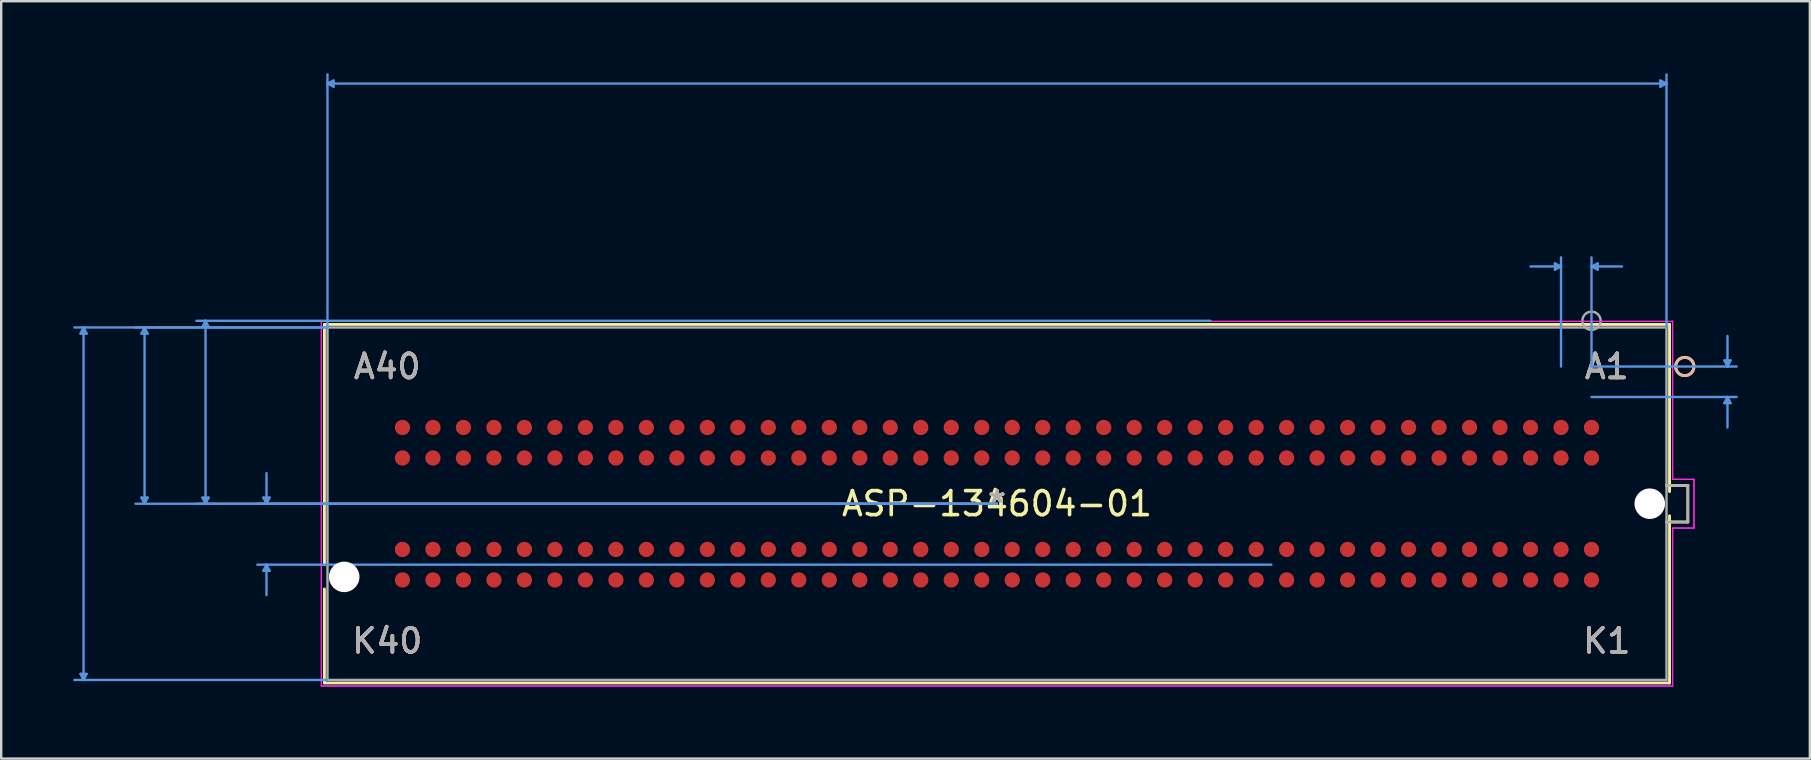
<source format=kicad_pcb>
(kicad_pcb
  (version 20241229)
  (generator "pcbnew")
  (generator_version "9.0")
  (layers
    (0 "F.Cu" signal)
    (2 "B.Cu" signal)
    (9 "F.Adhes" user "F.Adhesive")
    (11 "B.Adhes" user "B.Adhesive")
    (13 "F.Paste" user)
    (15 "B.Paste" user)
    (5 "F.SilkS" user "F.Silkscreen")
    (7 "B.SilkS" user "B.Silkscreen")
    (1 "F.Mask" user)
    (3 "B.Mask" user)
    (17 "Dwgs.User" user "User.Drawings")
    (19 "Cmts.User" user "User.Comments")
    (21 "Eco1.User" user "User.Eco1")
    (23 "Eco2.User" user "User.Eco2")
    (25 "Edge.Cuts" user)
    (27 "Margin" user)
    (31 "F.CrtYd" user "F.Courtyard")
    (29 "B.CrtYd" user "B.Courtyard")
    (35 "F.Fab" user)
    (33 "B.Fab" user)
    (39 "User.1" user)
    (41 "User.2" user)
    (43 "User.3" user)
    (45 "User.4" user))
  (footprint "ASP-134604-01"
    (layer "F.Cu")
    (at 38.48 17.932)
    (property "Reference" "ASP-134604-01" (at 0 0 0) (layer "F.SilkS") (effects (font (size 1 1) (thickness 0.15))))
    (attr through_hole)
    (fp_line (start -28.016 -7.468) (end -28.016 2.543) (stroke (width 0.12) (type solid)) (layer "F.SilkS"))
    (fp_line (start -28.016 3.553) (end -28.016 7.468) (stroke (width 0.12) (type solid)) (layer "F.SilkS"))
    (fp_line (start -28.016 7.468) (end 28.016 7.468) (stroke (width 0.12) (type solid)) (layer "F.SilkS"))
    (fp_line (start 27.889 0.762) (end 28.778 0.762) (stroke (width 0.12) (type solid)) (layer "F.SilkS"))
    (fp_line (start 28.016 -7.468) (end -28.016 -7.468) (stroke (width 0.12) (type solid)) (layer "F.SilkS"))
    (fp_line (start 28.016 -0.505) (end 28.016 -7.468) (stroke (width 0.12) (type solid)) (layer "F.SilkS"))
    (fp_line (start 28.016 7.468) (end 28.016 0.505) (stroke (width 0.12) (type solid)) (layer "F.SilkS"))
    (fp_line (start 28.778 -0.762) (end 27.889 -0.762) (stroke (width 0.12) (type solid)) (layer "F.SilkS"))
    (fp_line (start 28.778 0.762) (end 28.778 -0.762) (stroke (width 0.12) (type solid)) (layer "F.SilkS"))
    (fp_circle (center 28.651 -5.715) (end 29.032 -5.715) (stroke (width 0.12) (type solid)) (fill no) (layer "F.SilkS"))
    (fp_circle (center 28.651 -5.715) (end 29.032 -5.715) (stroke (width 0.12) (type solid)) (fill no) (layer "B.SilkS"))
    (fp_line (start -38.176 -7.087) (end -37.922 -7.087) (stroke (width 0.1) (type solid)) (layer "Cmts.User"))
    (fp_line (start -38.176 7.087) (end -37.922 7.087) (stroke (width 0.1) (type solid)) (layer "Cmts.User"))
    (fp_line (start -38.049 -7.341) (end -38.176 -7.087) (stroke (width 0.1) (type solid)) (layer "Cmts.User"))
    (fp_line (start -38.049 -7.341) (end -38.049 7.341) (stroke (width 0.1) (type solid)) (layer "Cmts.User"))
    (fp_line (start -38.049 -7.341) (end -37.922 -7.087) (stroke (width 0.1) (type solid)) (layer "Cmts.User"))
    (fp_line (start -38.049 7.341) (end -38.176 7.087) (stroke (width 0.1) (type solid)) (layer "Cmts.User"))
    (fp_line (start -38.049 7.341) (end -37.922 7.087) (stroke (width 0.1) (type solid)) (layer "Cmts.User"))
    (fp_line (start -35.636 -7.087) (end -35.382 -7.087) (stroke (width 0.1) (type solid)) (layer "Cmts.User"))
    (fp_line (start -35.636 -0.254) (end -35.382 -0.254) (stroke (width 0.1) (type solid)) (layer "Cmts.User"))
    (fp_line (start -35.509 -7.341) (end -35.636 -7.087) (stroke (width 0.1) (type solid)) (layer "Cmts.User"))
    (fp_line (start -35.509 -7.341) (end -35.509 0) (stroke (width 0.1) (type solid)) (layer "Cmts.User"))
    (fp_line (start -35.509 -7.341) (end -35.382 -7.087) (stroke (width 0.1) (type solid)) (layer "Cmts.User"))
    (fp_line (start -35.509 0) (end -35.636 -0.254) (stroke (width 0.1) (type solid)) (layer "Cmts.User"))
    (fp_line (start -35.509 0) (end -35.382 -0.254) (stroke (width 0.1) (type solid)) (layer "Cmts.User"))
    (fp_line (start -33.096 -7.366) (end -32.842 -7.366) (stroke (width 0.1) (type solid)) (layer "Cmts.User"))
    (fp_line (start -33.096 -0.254) (end -32.842 -0.254) (stroke (width 0.1) (type solid)) (layer "Cmts.User"))
    (fp_line (start -32.969 -7.62) (end -33.096 -7.366) (stroke (width 0.1) (type solid)) (layer "Cmts.User"))
    (fp_line (start -32.969 -7.62) (end -32.969 0) (stroke (width 0.1) (type solid)) (layer "Cmts.User"))
    (fp_line (start -32.969 -7.62) (end -32.842 -7.366) (stroke (width 0.1) (type solid)) (layer "Cmts.User"))
    (fp_line (start -32.969 0) (end -33.096 -0.254) (stroke (width 0.1) (type solid)) (layer "Cmts.User"))
    (fp_line (start -32.969 0) (end -32.842 -0.254) (stroke (width 0.1) (type solid)) (layer "Cmts.User"))
    (fp_line (start -30.556 -0.254) (end -30.302 -0.254) (stroke (width 0.1) (type solid)) (layer "Cmts.User"))
    (fp_line (start -30.556 2.794) (end -30.302 2.794) (stroke (width 0.1) (type solid)) (layer "Cmts.User"))
    (fp_line (start -30.429 0) (end -30.556 -0.254) (stroke (width 0.1) (type solid)) (layer "Cmts.User"))
    (fp_line (start -30.429 0) (end -30.429 -1.27) (stroke (width 0.1) (type solid)) (layer "Cmts.User"))
    (fp_line (start -30.429 0) (end -30.302 -0.254) (stroke (width 0.1) (type solid)) (layer "Cmts.User"))
    (fp_line (start -30.429 2.54) (end -30.556 2.794) (stroke (width 0.1) (type solid)) (layer "Cmts.User"))
    (fp_line (start -30.429 2.54) (end -30.429 3.81) (stroke (width 0.1) (type solid)) (layer "Cmts.User"))
    (fp_line (start -30.429 2.54) (end -30.302 2.794) (stroke (width 0.1) (type solid)) (layer "Cmts.User"))
    (fp_line (start -27.889 -17.501) (end -27.635 -17.628) (stroke (width 0.1) (type solid)) (layer "Cmts.User"))
    (fp_line (start -27.889 -17.501) (end -27.635 -17.374) (stroke (width 0.1) (type solid)) (layer "Cmts.User"))
    (fp_line (start -27.889 -17.501) (end 27.889 -17.501) (stroke (width 0.1) (type solid)) (layer "Cmts.User"))
    (fp_line (start -27.889 -7.341) (end -38.43 -7.341) (stroke (width 0.1) (type solid)) (layer "Cmts.User"))
    (fp_line (start -27.889 -7.341) (end -35.89 -7.341) (stroke (width 0.1) (type solid)) (layer "Cmts.User"))
    (fp_line (start -27.889 -7.341) (end -27.889 -17.882) (stroke (width 0.1) (type solid)) (layer "Cmts.User"))
    (fp_line (start -27.889 7.341) (end -38.43 7.341) (stroke (width 0.1) (type solid)) (layer "Cmts.User"))
    (fp_line (start -27.635 -17.628) (end -27.635 -17.374) (stroke (width 0.1) (type solid)) (layer "Cmts.User"))
    (fp_line (start 0 0) (end -35.89 0) (stroke (width 0.1) (type solid)) (layer "Cmts.User"))
    (fp_line (start 0 0) (end -33.35 0) (stroke (width 0.1) (type solid)) (layer "Cmts.User"))
    (fp_line (start 0 0) (end -30.81 0) (stroke (width 0.1) (type solid)) (layer "Cmts.User"))
    (fp_line (start 8.89 -7.62) (end -33.35 -7.62) (stroke (width 0.1) (type solid)) (layer "Cmts.User"))
    (fp_line (start 11.43 2.54) (end -30.81 2.54) (stroke (width 0.1) (type solid)) (layer "Cmts.User"))
    (fp_line (start 23.241 -10.008) (end 23.241 -9.754) (stroke (width 0.1) (type solid)) (layer "Cmts.User"))
    (fp_line (start 23.495 -9.881) (end 22.225 -9.881) (stroke (width 0.1) (type solid)) (layer "Cmts.User"))
    (fp_line (start 23.495 -9.881) (end 23.241 -10.008) (stroke (width 0.1) (type solid)) (layer "Cmts.User"))
    (fp_line (start 23.495 -9.881) (end 23.241 -9.754) (stroke (width 0.1) (type solid)) (layer "Cmts.User"))
    (fp_line (start 23.495 -5.715) (end 23.495 -10.262) (stroke (width 0.1) (type solid)) (layer "Cmts.User"))
    (fp_line (start 24.765 -9.881) (end 25.019 -10.008) (stroke (width 0.1) (type solid)) (layer "Cmts.User"))
    (fp_line (start 24.765 -9.881) (end 25.019 -9.754) (stroke (width 0.1) (type solid)) (layer "Cmts.User"))
    (fp_line (start 24.765 -9.881) (end 26.035 -9.881) (stroke (width 0.1) (type solid)) (layer "Cmts.User"))
    (fp_line (start 24.765 -5.715) (end 24.765 -10.262) (stroke (width 0.1) (type solid)) (layer "Cmts.User"))
    (fp_line (start 24.765 -5.715) (end 30.81 -5.715) (stroke (width 0.1) (type solid)) (layer "Cmts.User"))
    (fp_line (start 24.765 -4.445) (end 30.81 -4.445) (stroke (width 0.1) (type solid)) (layer "Cmts.User"))
    (fp_line (start 25.019 -10.008) (end 25.019 -9.754) (stroke (width 0.1) (type solid)) (layer "Cmts.User"))
    (fp_line (start 27.635 -17.628) (end 27.635 -17.374) (stroke (width 0.1) (type solid)) (layer "Cmts.User"))
    (fp_line (start 27.889 -17.501) (end 27.635 -17.628) (stroke (width 0.1) (type solid)) (layer "Cmts.User"))
    (fp_line (start 27.889 -17.501) (end 27.635 -17.374) (stroke (width 0.1) (type solid)) (layer "Cmts.User"))
    (fp_line (start 27.889 -7.341) (end 27.889 -17.882) (stroke (width 0.1) (type solid)) (layer "Cmts.User"))
    (fp_line (start 30.302 -5.969) (end 30.556 -5.969) (stroke (width 0.1) (type solid)) (layer "Cmts.User"))
    (fp_line (start 30.302 -4.191) (end 30.556 -4.191) (stroke (width 0.1) (type solid)) (layer "Cmts.User"))
    (fp_line (start 30.429 -5.715) (end 30.302 -5.969) (stroke (width 0.1) (type solid)) (layer "Cmts.User"))
    (fp_line (start 30.429 -5.715) (end 30.429 -6.985) (stroke (width 0.1) (type solid)) (layer "Cmts.User"))
    (fp_line (start 30.429 -5.715) (end 30.556 -5.969) (stroke (width 0.1) (type solid)) (layer "Cmts.User"))
    (fp_line (start 30.429 -4.445) (end 30.302 -4.191) (stroke (width 0.1) (type solid)) (layer "Cmts.User"))
    (fp_line (start 30.429 -4.445) (end 30.429 -3.175) (stroke (width 0.1) (type solid)) (layer "Cmts.User"))
    (fp_line (start 30.429 -4.445) (end 30.556 -4.191) (stroke (width 0.1) (type solid)) (layer "Cmts.User"))
    (fp_line (start -28.143 -7.595) (end -28.143 7.595) (stroke (width 0.05) (type solid)) (layer "F.CrtYd"))
    (fp_line (start -28.143 -7.595) (end -28.143 7.595) (stroke (width 0.05) (type solid)) (layer "F.CrtYd"))
    (fp_line (start -28.143 7.595) (end 28.143 7.595) (stroke (width 0.05) (type solid)) (layer "F.CrtYd"))
    (fp_line (start -28.143 7.595) (end 28.143 7.595) (stroke (width 0.05) (type solid)) (layer "F.CrtYd"))
    (fp_line (start 28.143 -7.595) (end -28.143 -7.595) (stroke (width 0.05) (type solid)) (layer "F.CrtYd"))
    (fp_line (start 28.143 -7.595) (end -28.143 -7.595) (stroke (width 0.05) (type solid)) (layer "F.CrtYd"))
    (fp_line (start 28.143 -1.016) (end 28.143 -7.595) (stroke (width 0.05) (type solid)) (layer "F.CrtYd"))
    (fp_line (start 28.143 -1.016) (end 28.143 -7.595) (stroke (width 0.05) (type solid)) (layer "F.CrtYd"))
    (fp_line (start 28.143 1.016) (end 29.032 1.016) (stroke (width 0.05) (type solid)) (layer "F.CrtYd"))
    (fp_line (start 28.143 1.016) (end 29.032 1.016) (stroke (width 0.05) (type solid)) (layer "F.CrtYd"))
    (fp_line (start 28.143 7.595) (end 28.143 1.016) (stroke (width 0.05) (type solid)) (layer "F.CrtYd"))
    (fp_line (start 28.143 7.595) (end 28.143 1.016) (stroke (width 0.05) (type solid)) (layer "F.CrtYd"))
    (fp_line (start 29.032 -1.016) (end 28.143 -1.016) (stroke (width 0.05) (type solid)) (layer "F.CrtYd"))
    (fp_line (start 29.032 -1.016) (end 28.143 -1.016) (stroke (width 0.05) (type solid)) (layer "F.CrtYd"))
    (fp_line (start 29.032 1.016) (end 29.032 -1.016) (stroke (width 0.05) (type solid)) (layer "F.CrtYd"))
    (fp_line (start 29.032 1.016) (end 29.032 -1.016) (stroke (width 0.05) (type solid)) (layer "F.CrtYd"))
    (fp_line (start -27.889 -7.341) (end -27.889 7.341) (stroke (width 0.1) (type solid)) (layer "F.Fab"))
    (fp_line (start -27.889 7.341) (end 27.889 7.341) (stroke (width 0.1) (type solid)) (layer "F.Fab"))
    (fp_line (start 27.889 -7.341) (end -27.889 -7.341) (stroke (width 0.1) (type solid)) (layer "F.Fab"))
    (fp_line (start 27.889 0.762) (end 28.778 0.762) (stroke (width 0.1) (type solid)) (layer "F.Fab"))
    (fp_line (start 27.889 7.341) (end 27.889 -7.341) (stroke (width 0.1) (type solid)) (layer "F.Fab"))
    (fp_line (start 28.778 -0.762) (end 27.889 -0.762) (stroke (width 0.1) (type solid)) (layer "F.Fab"))
    (fp_line (start 28.778 0.762) (end 28.778 -0.762) (stroke (width 0.1) (type solid)) (layer "F.Fab"))
    (fp_circle (center 24.765 -7.62) (end 25.146 -7.62) (stroke (width 0.1) (type solid)) (fill no) (layer "F.Fab"))
    (fp_text user "A1" (at 25.4 -5.715 0) (layer "F.SilkS") (effects (font (size 1 1) (thickness 0.15))))
    (fp_text user "*" (at 0 0 0) (layer "F.SilkS") (effects (font (size 1 1) (thickness 0.15))))
    (fp_text user "K40" (at -25.4 5.715 0) (layer "F.SilkS") (effects (font (size 1 1) (thickness 0.15))))
    (fp_text user "A40" (at -25.4 -5.715 0) (layer "F.SilkS") (effects (font (size 1 1) (thickness 0.15))))
    (fp_text user "K1" (at 25.4 5.715 0) (layer "F.SilkS") (effects (font (size 1 1) (thickness 0.15))))
    (fp_text user "A1" (at 25.4 -5.715 0) (layer "B.SilkS") (effects (font (size 1 1) (thickness 0.15))))
    (fp_text user "A40" (at -25.4 -5.715 0) (layer "B.SilkS") (effects (font (size 1 1) (thickness 0.15))))
    (fp_text user "K40" (at -25.4 5.715 0) (layer "B.SilkS") (effects (font (size 1 1) (thickness 0.15))))
    (fp_text user "K1" (at 25.4 5.715 0) (layer "B.SilkS") (effects (font (size 1 1) (thickness 0.15))))
    (fp_text user "Copyright 2021 Accelerated Designs. All rights reserved." (at 0 0 0) (layer "Cmts.User") (effects (font (size 0.127 0.127) (thickness 0.002))))
    (fp_text user "A1" (at 25.4 -5.715 0) (layer "F.Fab") (effects (font (size 1 1) (thickness 0.15))))
    (fp_text user "A40" (at -25.4 -5.715 0) (layer "F.Fab") (effects (font (size 1 1) (thickness 0.15))))
    (fp_text user "K40" (at -25.4 5.715 0) (layer "F.Fab") (effects (font (size 1 1) (thickness 0.15))))
    (fp_text user "*" (at 0 0 0) (layer "F.Fab") (effects (font (size 1 1) (thickness 0.15))))
    (fp_text user "K1" (at 25.4 5.715 0) (layer "F.Fab") (effects (font (size 1 1) (thickness 0.15))))
    (pad "" np_thru_hole circle (at -27.191 3.048) (size 1.27 1.27) (drill 1.27) (layers "*.Cu" "*.Mask"))
    (pad "" np_thru_hole circle (at 27.191 0) (size 1.27 1.27) (drill 1.27) (layers "*.Cu" "*.Mask"))
    (pad "C1" smd circle (at 24.765 -3.175) (size 0.635 0.635) (layers "F.Cu" "F.Mask" "F.Paste"))
    (pad "C2" smd circle (at 23.495 -3.175) (size 0.635 0.635) (layers "F.Cu" "F.Mask" "F.Paste"))
    (pad "C3" smd circle (at 22.225 -3.175) (size 0.635 0.635) (layers "F.Cu" "F.Mask" "F.Paste"))
    (pad "C4" smd circle (at 20.955 -3.175) (size 0.635 0.635) (layers "F.Cu" "F.Mask" "F.Paste"))
    (pad "C5" smd circle (at 19.685 -3.175) (size 0.635 0.635) (layers "F.Cu" "F.Mask" "F.Paste"))
    (pad "C6" smd circle (at 18.415 -3.175) (size 0.635 0.635) (layers "F.Cu" "F.Mask" "F.Paste"))
    (pad "C7" smd circle (at 17.145 -3.175) (size 0.635 0.635) (layers "F.Cu" "F.Mask" "F.Paste"))
    (pad "C8" smd circle (at 15.875 -3.175) (size 0.635 0.635) (layers "F.Cu" "F.Mask" "F.Paste"))
    (pad "C9" smd circle (at 14.605 -3.175) (size 0.635 0.635) (layers "F.Cu" "F.Mask" "F.Paste"))
    (pad "C10" smd circle (at 13.335 -3.175) (size 0.635 0.635) (layers "F.Cu" "F.Mask" "F.Paste"))
    (pad "C11" smd circle (at 12.065 -3.175) (size 0.635 0.635) (layers "F.Cu" "F.Mask" "F.Paste"))
    (pad "C12" smd circle (at 10.795 -3.175) (size 0.635 0.635) (layers "F.Cu" "F.Mask" "F.Paste"))
    (pad "C13" smd circle (at 9.525 -3.175) (size 0.635 0.635) (layers "F.Cu" "F.Mask" "F.Paste"))
    (pad "C14" smd circle (at 8.255 -3.175) (size 0.635 0.635) (layers "F.Cu" "F.Mask" "F.Paste"))
    (pad "C15" smd circle (at 6.985 -3.175) (size 0.635 0.635) (layers "F.Cu" "F.Mask" "F.Paste"))
    (pad "C16" smd circle (at 5.715 -3.175) (size 0.635 0.635) (layers "F.Cu" "F.Mask" "F.Paste"))
    (pad "C17" smd circle (at 4.445 -3.175) (size 0.635 0.635) (layers "F.Cu" "F.Mask" "F.Paste"))
    (pad "C18" smd circle (at 3.175 -3.175) (size 0.635 0.635) (layers "F.Cu" "F.Mask" "F.Paste"))
    (pad "C19" smd circle (at 1.905 -3.175) (size 0.635 0.635) (layers "F.Cu" "F.Mask" "F.Paste"))
    (pad "C20" smd circle (at 0.635 -3.175) (size 0.635 0.635) (layers "F.Cu" "F.Mask" "F.Paste"))
    (pad "C21" smd circle (at -0.635 -3.175) (size 0.635 0.635) (layers "F.Cu" "F.Mask" "F.Paste"))
    (pad "C22" smd circle (at -1.905 -3.175) (size 0.635 0.635) (layers "F.Cu" "F.Mask" "F.Paste"))
    (pad "C23" smd circle (at -3.175 -3.175) (size 0.635 0.635) (layers "F.Cu" "F.Mask" "F.Paste"))
    (pad "C24" smd circle (at -4.445 -3.175) (size 0.635 0.635) (layers "F.Cu" "F.Mask" "F.Paste"))
    (pad "C25" smd circle (at -5.715 -3.175) (size 0.635 0.635) (layers "F.Cu" "F.Mask" "F.Paste"))
    (pad "C26" smd circle (at -6.985 -3.175) (size 0.635 0.635) (layers "F.Cu" "F.Mask" "F.Paste"))
    (pad "C27" smd circle (at -8.255 -3.175) (size 0.635 0.635) (layers "F.Cu" "F.Mask" "F.Paste"))
    (pad "C28" smd circle (at -9.525 -3.175) (size 0.635 0.635) (layers "F.Cu" "F.Mask" "F.Paste"))
    (pad "C29" smd circle (at -10.795 -3.175) (size 0.635 0.635) (layers "F.Cu" "F.Mask" "F.Paste"))
    (pad "C30" smd circle (at -12.065 -3.175) (size 0.635 0.635) (layers "F.Cu" "F.Mask" "F.Paste"))
    (pad "C31" smd circle (at -13.335 -3.175) (size 0.635 0.635) (layers "F.Cu" "F.Mask" "F.Paste"))
    (pad "C32" smd circle (at -14.605 -3.175) (size 0.635 0.635) (layers "F.Cu" "F.Mask" "F.Paste"))
    (pad "C33" smd circle (at -15.875 -3.175) (size 0.635 0.635) (layers "F.Cu" "F.Mask" "F.Paste"))
    (pad "C34" smd circle (at -17.145 -3.175) (size 0.635 0.635) (layers "F.Cu" "F.Mask" "F.Paste"))
    (pad "C35" smd circle (at -18.415 -3.175) (size 0.635 0.635) (layers "F.Cu" "F.Mask" "F.Paste"))
    (pad "C36" smd circle (at -19.685 -3.175) (size 0.635 0.635) (layers "F.Cu" "F.Mask" "F.Paste"))
    (pad "C37" smd circle (at -20.955 -3.175) (size 0.635 0.635) (layers "F.Cu" "F.Mask" "F.Paste"))
    (pad "C38" smd circle (at -22.225 -3.175) (size 0.635 0.635) (layers "F.Cu" "F.Mask" "F.Paste"))
    (pad "C39" smd circle (at -23.495 -3.175) (size 0.635 0.635) (layers "F.Cu" "F.Mask" "F.Paste"))
    (pad "C40" smd circle (at -24.765 -3.175) (size 0.635 0.635) (layers "F.Cu" "F.Mask" "F.Paste"))
    (pad "D1" smd circle (at 24.765 -1.905) (size 0.635 0.635) (layers "F.Cu" "F.Mask" "F.Paste"))
    (pad "D2" smd circle (at 23.495 -1.905) (size 0.635 0.635) (layers "F.Cu" "F.Mask" "F.Paste"))
    (pad "D3" smd circle (at 22.225 -1.905) (size 0.635 0.635) (layers "F.Cu" "F.Mask" "F.Paste"))
    (pad "D4" smd circle (at 20.955 -1.905) (size 0.635 0.635) (layers "F.Cu" "F.Mask" "F.Paste"))
    (pad "D5" smd circle (at 19.685 -1.905) (size 0.635 0.635) (layers "F.Cu" "F.Mask" "F.Paste"))
    (pad "D6" smd circle (at 18.415 -1.905) (size 0.635 0.635) (layers "F.Cu" "F.Mask" "F.Paste"))
    (pad "D7" smd circle (at 17.145 -1.905) (size 0.635 0.635) (layers "F.Cu" "F.Mask" "F.Paste"))
    (pad "D8" smd circle (at 15.875 -1.905) (size 0.635 0.635) (layers "F.Cu" "F.Mask" "F.Paste"))
    (pad "D9" smd circle (at 14.605 -1.905) (size 0.635 0.635) (layers "F.Cu" "F.Mask" "F.Paste"))
    (pad "D10" smd circle (at 13.335 -1.905) (size 0.635 0.635) (layers "F.Cu" "F.Mask" "F.Paste"))
    (pad "D11" smd circle (at 12.065 -1.905) (size 0.635 0.635) (layers "F.Cu" "F.Mask" "F.Paste"))
    (pad "D12" smd circle (at 10.795 -1.905) (size 0.635 0.635) (layers "F.Cu" "F.Mask" "F.Paste"))
    (pad "D13" smd circle (at 9.525 -1.905) (size 0.635 0.635) (layers "F.Cu" "F.Mask" "F.Paste"))
    (pad "D14" smd circle (at 8.255 -1.905) (size 0.635 0.635) (layers "F.Cu" "F.Mask" "F.Paste"))
    (pad "D15" smd circle (at 6.985 -1.905) (size 0.635 0.635) (layers "F.Cu" "F.Mask" "F.Paste"))
    (pad "D16" smd circle (at 5.715 -1.905) (size 0.635 0.635) (layers "F.Cu" "F.Mask" "F.Paste"))
    (pad "D17" smd circle (at 4.445 -1.905) (size 0.635 0.635) (layers "F.Cu" "F.Mask" "F.Paste"))
    (pad "D18" smd circle (at 3.175 -1.905) (size 0.635 0.635) (layers "F.Cu" "F.Mask" "F.Paste"))
    (pad "D19" smd circle (at 1.905 -1.905) (size 0.635 0.635) (layers "F.Cu" "F.Mask" "F.Paste"))
    (pad "D20" smd circle (at 0.635 -1.905) (size 0.635 0.635) (layers "F.Cu" "F.Mask" "F.Paste"))
    (pad "D21" smd circle (at -0.635 -1.905) (size 0.635 0.635) (layers "F.Cu" "F.Mask" "F.Paste"))
    (pad "D22" smd circle (at -1.905 -1.905) (size 0.635 0.635) (layers "F.Cu" "F.Mask" "F.Paste"))
    (pad "D23" smd circle (at -3.175 -1.905) (size 0.635 0.635) (layers "F.Cu" "F.Mask" "F.Paste"))
    (pad "D24" smd circle (at -4.445 -1.905) (size 0.635 0.635) (layers "F.Cu" "F.Mask" "F.Paste"))
    (pad "D25" smd circle (at -5.715 -1.905) (size 0.635 0.635) (layers "F.Cu" "F.Mask" "F.Paste"))
    (pad "D26" smd circle (at -6.985 -1.905) (size 0.635 0.635) (layers "F.Cu" "F.Mask" "F.Paste"))
    (pad "D27" smd circle (at -8.255 -1.905) (size 0.635 0.635) (layers "F.Cu" "F.Mask" "F.Paste"))
    (pad "D28" smd circle (at -9.525 -1.905) (size 0.635 0.635) (layers "F.Cu" "F.Mask" "F.Paste"))
    (pad "D29" smd circle (at -10.795 -1.905) (size 0.635 0.635) (layers "F.Cu" "F.Mask" "F.Paste"))
    (pad "D30" smd circle (at -12.065 -1.905) (size 0.635 0.635) (layers "F.Cu" "F.Mask" "F.Paste"))
    (pad "D31" smd circle (at -13.335 -1.905) (size 0.635 0.635) (layers "F.Cu" "F.Mask" "F.Paste"))
    (pad "D32" smd circle (at -14.605 -1.905) (size 0.635 0.635) (layers "F.Cu" "F.Mask" "F.Paste"))
    (pad "D33" smd circle (at -15.875 -1.905) (size 0.635 0.635) (layers "F.Cu" "F.Mask" "F.Paste"))
    (pad "D34" smd circle (at -17.145 -1.905) (size 0.635 0.635) (layers "F.Cu" "F.Mask" "F.Paste"))
    (pad "D35" smd circle (at -18.415 -1.905) (size 0.635 0.635) (layers "F.Cu" "F.Mask" "F.Paste"))
    (pad "D36" smd circle (at -19.685 -1.905) (size 0.635 0.635) (layers "F.Cu" "F.Mask" "F.Paste"))
    (pad "D37" smd circle (at -20.955 -1.905) (size 0.635 0.635) (layers "F.Cu" "F.Mask" "F.Paste"))
    (pad "D38" smd circle (at -22.225 -1.905) (size 0.635 0.635) (layers "F.Cu" "F.Mask" "F.Paste"))
    (pad "D39" smd circle (at -23.495 -1.905) (size 0.635 0.635) (layers "F.Cu" "F.Mask" "F.Paste"))
    (pad "D40" smd circle (at -24.765 -1.905) (size 0.635 0.635) (layers "F.Cu" "F.Mask" "F.Paste"))
    (pad "G1" smd circle (at 24.765 1.905) (size 0.635 0.635) (layers "F.Cu" "F.Mask" "F.Paste"))
    (pad "G2" smd circle (at 23.495 1.905) (size 0.635 0.635) (layers "F.Cu" "F.Mask" "F.Paste"))
    (pad "G3" smd circle (at 22.225 1.905) (size 0.635 0.635) (layers "F.Cu" "F.Mask" "F.Paste"))
    (pad "G4" smd circle (at 20.955 1.905) (size 0.635 0.635) (layers "F.Cu" "F.Mask" "F.Paste"))
    (pad "G5" smd circle (at 19.685 1.905) (size 0.635 0.635) (layers "F.Cu" "F.Mask" "F.Paste"))
    (pad "G6" smd circle (at 18.415 1.905) (size 0.635 0.635) (layers "F.Cu" "F.Mask" "F.Paste"))
    (pad "G7" smd circle (at 17.145 1.905) (size 0.635 0.635) (layers "F.Cu" "F.Mask" "F.Paste"))
    (pad "G8" smd circle (at 15.875 1.905) (size 0.635 0.635) (layers "F.Cu" "F.Mask" "F.Paste"))
    (pad "G9" smd circle (at 14.605 1.905) (size 0.635 0.635) (layers "F.Cu" "F.Mask" "F.Paste"))
    (pad "G10" smd circle (at 13.335 1.905) (size 0.635 0.635) (layers "F.Cu" "F.Mask" "F.Paste"))
    (pad "G11" smd circle (at 12.065 1.905) (size 0.635 0.635) (layers "F.Cu" "F.Mask" "F.Paste"))
    (pad "G12" smd circle (at 10.795 1.905) (size 0.635 0.635) (layers "F.Cu" "F.Mask" "F.Paste"))
    (pad "G13" smd circle (at 9.525 1.905) (size 0.635 0.635) (layers "F.Cu" "F.Mask" "F.Paste"))
    (pad "G14" smd circle (at 8.255 1.905) (size 0.635 0.635) (layers "F.Cu" "F.Mask" "F.Paste"))
    (pad "G15" smd circle (at 6.985 1.905) (size 0.635 0.635) (layers "F.Cu" "F.Mask" "F.Paste"))
    (pad "G16" smd circle (at 5.715 1.905) (size 0.635 0.635) (layers "F.Cu" "F.Mask" "F.Paste"))
    (pad "G17" smd circle (at 4.445 1.905) (size 0.635 0.635) (layers "F.Cu" "F.Mask" "F.Paste"))
    (pad "G18" smd circle (at 3.175 1.905) (size 0.635 0.635) (layers "F.Cu" "F.Mask" "F.Paste"))
    (pad "G19" smd circle (at 1.905 1.905) (size 0.635 0.635) (layers "F.Cu" "F.Mask" "F.Paste"))
    (pad "G20" smd circle (at 0.635 1.905) (size 0.635 0.635) (layers "F.Cu" "F.Mask" "F.Paste"))
    (pad "G21" smd circle (at -0.635 1.905) (size 0.635 0.635) (layers "F.Cu" "F.Mask" "F.Paste"))
    (pad "G22" smd circle (at -1.905 1.905) (size 0.635 0.635) (layers "F.Cu" "F.Mask" "F.Paste"))
    (pad "G23" smd circle (at -3.175 1.905) (size 0.635 0.635) (layers "F.Cu" "F.Mask" "F.Paste"))
    (pad "G24" smd circle (at -4.445 1.905) (size 0.635 0.635) (layers "F.Cu" "F.Mask" "F.Paste"))
    (pad "G25" smd circle (at -5.715 1.905) (size 0.635 0.635) (layers "F.Cu" "F.Mask" "F.Paste"))
    (pad "G26" smd circle (at -6.985 1.905) (size 0.635 0.635) (layers "F.Cu" "F.Mask" "F.Paste"))
    (pad "G27" smd circle (at -8.255 1.905) (size 0.635 0.635) (layers "F.Cu" "F.Mask" "F.Paste"))
    (pad "G28" smd circle (at -9.525 1.905) (size 0.635 0.635) (layers "F.Cu" "F.Mask" "F.Paste"))
    (pad "G29" smd circle (at -10.795 1.905) (size 0.635 0.635) (layers "F.Cu" "F.Mask" "F.Paste"))
    (pad "G30" smd circle (at -12.065 1.905) (size 0.635 0.635) (layers "F.Cu" "F.Mask" "F.Paste"))
    (pad "G31" smd circle (at -13.335 1.905) (size 0.635 0.635) (layers "F.Cu" "F.Mask" "F.Paste"))
    (pad "G32" smd circle (at -14.605 1.905) (size 0.635 0.635) (layers "F.Cu" "F.Mask" "F.Paste"))
    (pad "G33" smd circle (at -15.875 1.905) (size 0.635 0.635) (layers "F.Cu" "F.Mask" "F.Paste"))
    (pad "G34" smd circle (at -17.145 1.905) (size 0.635 0.635) (layers "F.Cu" "F.Mask" "F.Paste"))
    (pad "G35" smd circle (at -18.415 1.905) (size 0.635 0.635) (layers "F.Cu" "F.Mask" "F.Paste"))
    (pad "G36" smd circle (at -19.685 1.905) (size 0.635 0.635) (layers "F.Cu" "F.Mask" "F.Paste"))
    (pad "G37" smd circle (at -20.955 1.905) (size 0.635 0.635) (layers "F.Cu" "F.Mask" "F.Paste"))
    (pad "G38" smd circle (at -22.225 1.905) (size 0.635 0.635) (layers "F.Cu" "F.Mask" "F.Paste"))
    (pad "G39" smd circle (at -23.495 1.905) (size 0.635 0.635) (layers "F.Cu" "F.Mask" "F.Paste"))
    (pad "G40" smd circle (at -24.765 1.905) (size 0.635 0.635) (layers "F.Cu" "F.Mask" "F.Paste"))
    (pad "H1" smd circle (at 24.765 3.175) (size 0.635 0.635) (layers "F.Cu" "F.Mask" "F.Paste"))
    (pad "H2" smd circle (at 23.495 3.175) (size 0.635 0.635) (layers "F.Cu" "F.Mask" "F.Paste"))
    (pad "H3" smd circle (at 22.225 3.175) (size 0.635 0.635) (layers "F.Cu" "F.Mask" "F.Paste"))
    (pad "H4" smd circle (at 20.955 3.175) (size 0.635 0.635) (layers "F.Cu" "F.Mask" "F.Paste"))
    (pad "H5" smd circle (at 19.685 3.175) (size 0.635 0.635) (layers "F.Cu" "F.Mask" "F.Paste"))
    (pad "H6" smd circle (at 18.415 3.175) (size 0.635 0.635) (layers "F.Cu" "F.Mask" "F.Paste"))
    (pad "H7" smd circle (at 17.145 3.175) (size 0.635 0.635) (layers "F.Cu" "F.Mask" "F.Paste"))
    (pad "H8" smd circle (at 15.875 3.175) (size 0.635 0.635) (layers "F.Cu" "F.Mask" "F.Paste"))
    (pad "H9" smd circle (at 14.605 3.175) (size 0.635 0.635) (layers "F.Cu" "F.Mask" "F.Paste"))
    (pad "H10" smd circle (at 13.335 3.175) (size 0.635 0.635) (layers "F.Cu" "F.Mask" "F.Paste"))
    (pad "H11" smd circle (at 12.065 3.175) (size 0.635 0.635) (layers "F.Cu" "F.Mask" "F.Paste"))
    (pad "H12" smd circle (at 10.795 3.175) (size 0.635 0.635) (layers "F.Cu" "F.Mask" "F.Paste"))
    (pad "H13" smd circle (at 9.525 3.175) (size 0.635 0.635) (layers "F.Cu" "F.Mask" "F.Paste"))
    (pad "H14" smd circle (at 8.255 3.175) (size 0.635 0.635) (layers "F.Cu" "F.Mask" "F.Paste"))
    (pad "H15" smd circle (at 6.985 3.175) (size 0.635 0.635) (layers "F.Cu" "F.Mask" "F.Paste"))
    (pad "H16" smd circle (at 5.715 3.175) (size 0.635 0.635) (layers "F.Cu" "F.Mask" "F.Paste"))
    (pad "H17" smd circle (at 4.445 3.175) (size 0.635 0.635) (layers "F.Cu" "F.Mask" "F.Paste"))
    (pad "H18" smd circle (at 3.175 3.175) (size 0.635 0.635) (layers "F.Cu" "F.Mask" "F.Paste"))
    (pad "H19" smd circle (at 1.905 3.175) (size 0.635 0.635) (layers "F.Cu" "F.Mask" "F.Paste"))
    (pad "H20" smd circle (at 0.635 3.175) (size 0.635 0.635) (layers "F.Cu" "F.Mask" "F.Paste"))
    (pad "H21" smd circle (at -0.635 3.175) (size 0.635 0.635) (layers "F.Cu" "F.Mask" "F.Paste"))
    (pad "H22" smd circle (at -1.905 3.175) (size 0.635 0.635) (layers "F.Cu" "F.Mask" "F.Paste"))
    (pad "H23" smd circle (at -3.175 3.175) (size 0.635 0.635) (layers "F.Cu" "F.Mask" "F.Paste"))
    (pad "H24" smd circle (at -4.445 3.175) (size 0.635 0.635) (layers "F.Cu" "F.Mask" "F.Paste"))
    (pad "H25" smd circle (at -5.715 3.175) (size 0.635 0.635) (layers "F.Cu" "F.Mask" "F.Paste"))
    (pad "H26" smd circle (at -6.985 3.175) (size 0.635 0.635) (layers "F.Cu" "F.Mask" "F.Paste"))
    (pad "H27" smd circle (at -8.255 3.175) (size 0.635 0.635) (layers "F.Cu" "F.Mask" "F.Paste"))
    (pad "H28" smd circle (at -9.525 3.175) (size 0.635 0.635) (layers "F.Cu" "F.Mask" "F.Paste"))
    (pad "H29" smd circle (at -10.795 3.175) (size 0.635 0.635) (layers "F.Cu" "F.Mask" "F.Paste"))
    (pad "H30" smd circle (at -12.065 3.175) (size 0.635 0.635) (layers "F.Cu" "F.Mask" "F.Paste"))
    (pad "H31" smd circle (at -13.335 3.175) (size 0.635 0.635) (layers "F.Cu" "F.Mask" "F.Paste"))
    (pad "H32" smd circle (at -14.605 3.175) (size 0.635 0.635) (layers "F.Cu" "F.Mask" "F.Paste"))
    (pad "H33" smd circle (at -15.875 3.175) (size 0.635 0.635) (layers "F.Cu" "F.Mask" "F.Paste"))
    (pad "H34" smd circle (at -17.145 3.175) (size 0.635 0.635) (layers "F.Cu" "F.Mask" "F.Paste"))
    (pad "H35" smd circle (at -18.415 3.175) (size 0.635 0.635) (layers "F.Cu" "F.Mask" "F.Paste"))
    (pad "H36" smd circle (at -19.685 3.175) (size 0.635 0.635) (layers "F.Cu" "F.Mask" "F.Paste"))
    (pad "H37" smd circle (at -20.955 3.175) (size 0.635 0.635) (layers "F.Cu" "F.Mask" "F.Paste"))
    (pad "H38" smd circle (at -22.225 3.175) (size 0.635 0.635) (layers "F.Cu" "F.Mask" "F.Paste"))
    (pad "H39" smd circle (at -23.495 3.175) (size 0.635 0.635) (layers "F.Cu" "F.Mask" "F.Paste"))
    (pad "H40" smd circle (at -24.765 3.175) (size 0.635 0.635) (layers "F.Cu" "F.Mask" "F.Paste")))
  (gr_rect
    (start -3 -3)
    (end 72.34 28.551)
    (stroke (width 0.1) (type default))
    (fill no)
    (layer "Edge.Cuts")))
</source>
